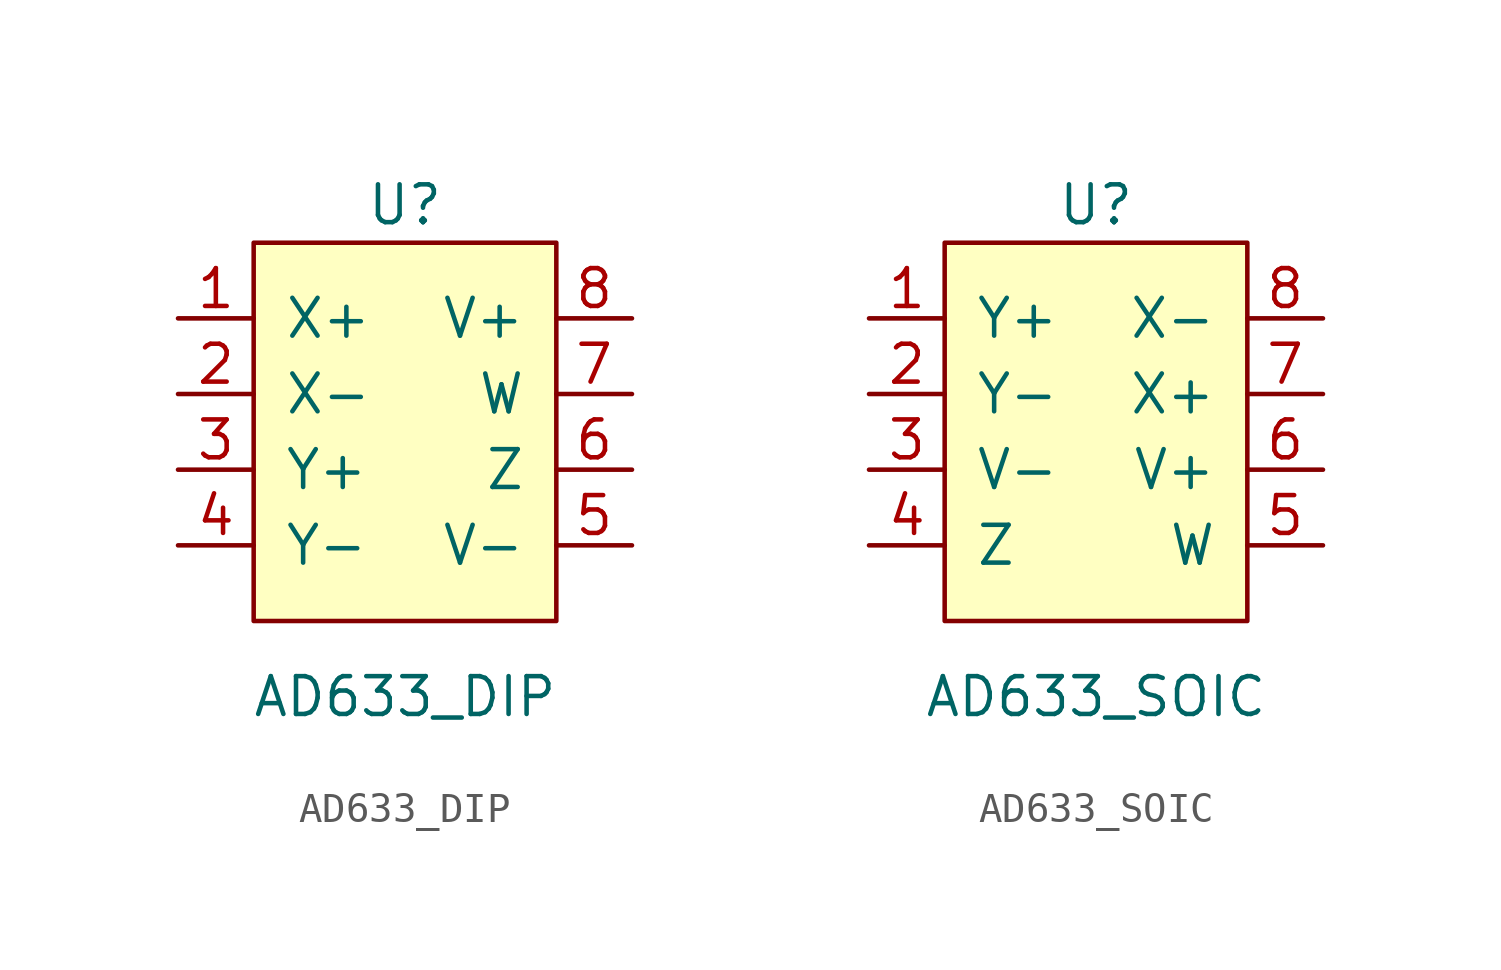
<source format=kicad_sym>
(kicad_symbol_lib
  (version 20201005)
  (generator kicad_symbol_editor)
  (symbol "AD633_DIP"
    (pin_names
      (offset 1.016))
    (property "Reference" "U"
      (at -2.54 8.89 0)
      (effects (font (size 1.27 1.27))))
    (property "Value" "AD633_DIP"
      (at -2.54 -7.62 0)
      (effects (font (size 1.27 1.27))))
    (symbol "AD633_DIP_0_1"
      (rectangle (start -7.62 7.62) (end 2.54 -5.08) (stroke (width 0)) (fill (type background))))
    (symbol "AD633_DIP_1_1"
      (pin input line (at -10.16 5.08 0) (length 2.54) (name "X+" (effects (font (size 1.27 1.27)))) (number "1" (effects (font (size 1.27 1.27)))))
      (pin input line (at -10.16 2.54 0) (length 2.54) (name "X-" (effects (font (size 1.27 1.27)))) (number "2" (effects (font (size 1.27 1.27)))))
      (pin input line (at -10.16 0 0) (length 2.54) (name "Y+" (effects (font (size 1.27 1.27)))) (number "3" (effects (font (size 1.27 1.27)))))
      (pin input line (at -10.16 -2.54 0) (length 2.54) (name "Y-" (effects (font (size 1.27 1.27)))) (number "4" (effects (font (size 1.27 1.27)))))
      (pin power_in line (at 5.08 -2.54 180) (length 2.54) (name "V-" (effects (font (size 1.27 1.27)))) (number "5" (effects (font (size 1.27 1.27)))))
      (pin output line (at 5.08 0 180) (length 2.54) (name "Z" (effects (font (size 1.27 1.27)))) (number "6" (effects (font (size 1.27 1.27)))))
      (pin output line (at 5.08 2.54 180) (length 2.54) (name "W" (effects (font (size 1.27 1.27)))) (number "7" (effects (font (size 1.27 1.27)))))
      (pin power_in line (at 5.08 5.08 180) (length 2.54) (name "V+" (effects (font (size 1.27 1.27)))) (number "8" (effects (font (size 1.27 1.27)))))))
  (symbol "AD633_SOIC"
    (pin_names
      (offset 1.016))
    (property "Reference" "U"
      (at -2.54 8.89 0)
      (effects (font (size 1.27 1.27))))
    (property "Value" "AD633_SOIC"
      (at -2.54 -7.62 0)
      (effects (font (size 1.27 1.27))))
    (symbol "AD633_SOIC_0_1"
      (rectangle (start -7.62 7.62) (end 2.54 -5.08) (stroke (width 0)) (fill (type background))))
    (symbol "AD633_SOIC_1_1"
      (pin input line (at -10.16 5.08 0) (length 2.54) (name "Y+" (effects (font (size 1.27 1.27)))) (number "1" (effects (font (size 1.27 1.27)))))
      (pin input line (at -10.16 2.54 0) (length 2.54) (name "Y-" (effects (font (size 1.27 1.27)))) (number "2" (effects (font (size 1.27 1.27)))))
      (pin power_in line (at -10.16 0 0) (length 2.54) (name "V-" (effects (font (size 1.27 1.27)))) (number "3" (effects (font (size 1.27 1.27)))))
      (pin output line (at -10.16 -2.54 0) (length 2.54) (name "Z" (effects (font (size 1.27 1.27)))) (number "4" (effects (font (size 1.27 1.27)))))
      (pin output line (at 5.08 -2.54 180) (length 2.54) (name "W" (effects (font (size 1.27 1.27)))) (number "5" (effects (font (size 1.27 1.27)))))
      (pin power_in line (at 5.08 0 180) (length 2.54) (name "V+" (effects (font (size 1.27 1.27)))) (number "6" (effects (font (size 1.27 1.27)))))
      (pin input line (at 5.08 2.54 180) (length 2.54) (name "X+" (effects (font (size 1.27 1.27)))) (number "7" (effects (font (size 1.27 1.27)))))
      (pin input line (at 5.08 5.08 180) (length 2.54) (name "X-" (effects (font (size 1.27 1.27)))) (number "8" (effects (font (size 1.27 1.27))))))))
</source>
